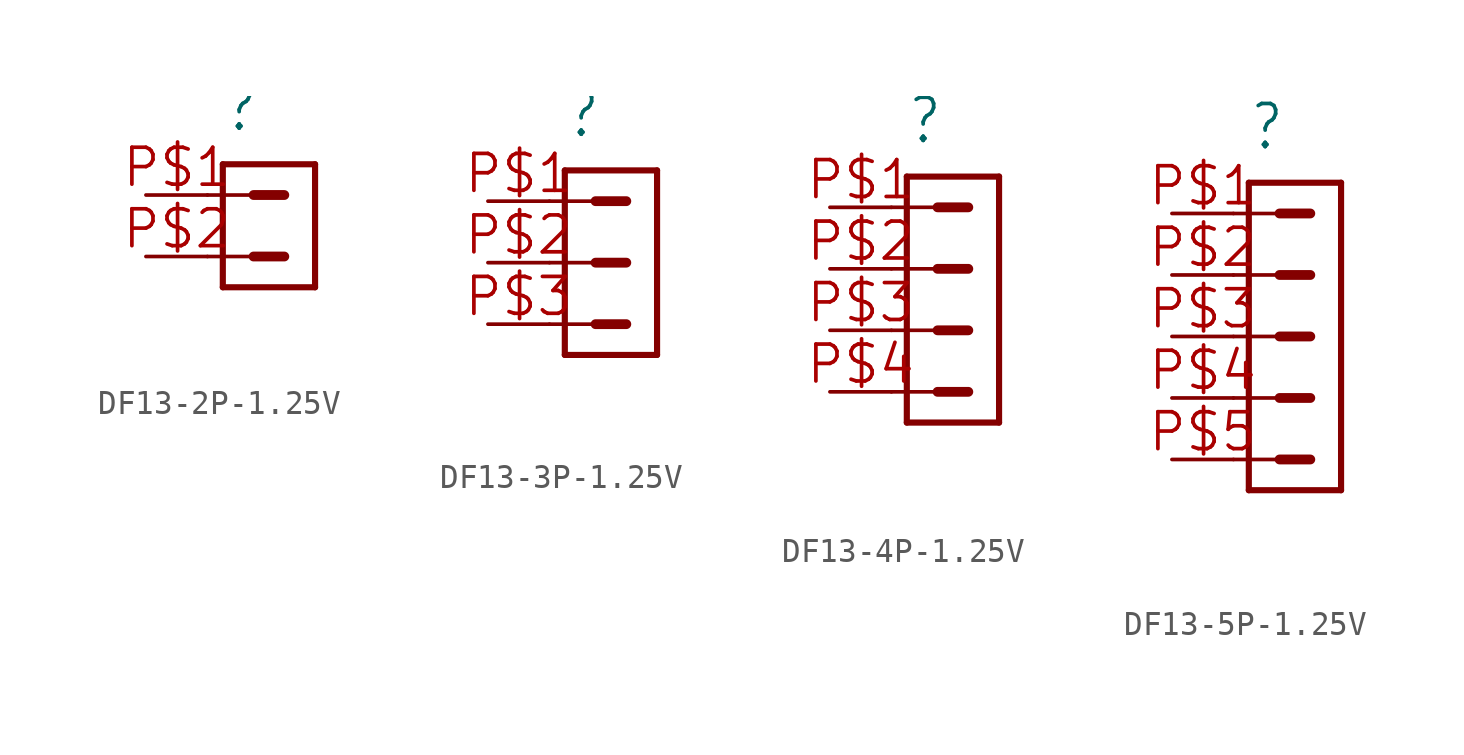
<source format=kicad_sym>
(kicad_symbol_lib
  (version 20241209)
  (generator "kicad_symbol_editor")
  (generator_version "9.0")
  (symbol "DF13-2P-1.25V"
    (property "Reference" ""
      (at -1.905 2.54 0)
      (effects (font (size 1.778 1.511)) (justify left bottom)))
    (property "Value" ""
      (at -1.905 -6.668 0)
      (effects (font (size 1.778 1.511)) (justify left bottom)))
    (property "ki_locked" ""
      (at 0 0 0)
      (effects (font (size 1.27 1.27))))
    (symbol "DF13-2P-1.25V_1_0"
      (polyline (pts (xy -2.54 0) (xy -0.635 0)) (stroke (width 0.152) (type solid)) (fill (type none)))
      (polyline (pts (xy -2.54 -2.54) (xy -0.635 -2.54)) (stroke (width 0.152) (type solid)) (fill (type none)))
      (polyline (pts (xy -1.905 -3.81) (xy -1.905 1.27)) (stroke (width 0.254) (type solid)) (fill (type none)))
      (polyline (pts (xy -1.905 -3.81) (xy 1.905 -3.81)) (stroke (width 0.254) (type solid)) (fill (type none)))
      (polyline (pts (xy -0.635 0) (xy 0.635 0)) (stroke (width 0.406) (type solid)) (fill (type none)))
      (polyline (pts (xy -0.635 -2.54) (xy 0.635 -2.54)) (stroke (width 0.406) (type solid)) (fill (type none)))
      (polyline (pts (xy 1.905 1.27) (xy -1.905 1.27)) (stroke (width 0.254) (type solid)) (fill (type none)))
      (polyline (pts (xy 1.905 1.27) (xy 1.905 -3.81)) (stroke (width 0.254) (type solid)) (fill (type none)))
      (pin passive line (at -5.08 0 0) (length 2.54) (name "1" (effects (font (size 0 0)))) (number "P$1" (effects (font (size 1.524 1.524)))))
      (pin passive line (at -5.08 -2.54 0) (length 2.54) (name "2" (effects (font (size 0 0)))) (number "P$2" (effects (font (size 1.524 1.524)))))))
  (symbol "DF13-3P-1.25V"
    (property "Reference" ""
      (at -1.905 5.08 0)
      (effects (font (size 1.778 1.511)) (justify left bottom)))
    (property "Value" ""
      (at -1.905 -6.668 0)
      (effects (font (size 1.778 1.511)) (justify left bottom)))
    (property "ki_locked" ""
      (at 0 0 0)
      (effects (font (size 1.27 1.27))))
    (symbol "DF13-3P-1.25V_1_0"
      (polyline (pts (xy -2.54 2.54) (xy -0.635 2.54)) (stroke (width 0.152) (type solid)) (fill (type none)))
      (polyline (pts (xy -2.54 0) (xy -0.635 0)) (stroke (width 0.152) (type solid)) (fill (type none)))
      (polyline (pts (xy -2.54 -2.54) (xy -0.635 -2.54)) (stroke (width 0.152) (type solid)) (fill (type none)))
      (polyline (pts (xy -1.905 -3.81) (xy -1.905 3.81)) (stroke (width 0.254) (type solid)) (fill (type none)))
      (polyline (pts (xy -1.905 -3.81) (xy 1.905 -3.81)) (stroke (width 0.254) (type solid)) (fill (type none)))
      (polyline (pts (xy -0.635 2.54) (xy 0.635 2.54)) (stroke (width 0.406) (type solid)) (fill (type none)))
      (polyline (pts (xy -0.635 0) (xy 0.635 0)) (stroke (width 0.406) (type solid)) (fill (type none)))
      (polyline (pts (xy -0.635 -2.54) (xy 0.635 -2.54)) (stroke (width 0.406) (type solid)) (fill (type none)))
      (polyline (pts (xy 1.905 3.81) (xy -1.905 3.81)) (stroke (width 0.254) (type solid)) (fill (type none)))
      (polyline (pts (xy 1.905 3.81) (xy 1.905 -3.81)) (stroke (width 0.254) (type solid)) (fill (type none)))
      (pin passive line (at -5.08 2.54 0) (length 2.54) (name "1" (effects (font (size 0 0)))) (number "P$1" (effects (font (size 1.524 1.524)))))
      (pin passive line (at -5.08 0 0) (length 2.54) (name "2" (effects (font (size 0 0)))) (number "P$2" (effects (font (size 1.524 1.524)))))
      (pin passive line (at -5.08 -2.54 0) (length 2.54) (name "3" (effects (font (size 0 0)))) (number "P$3" (effects (font (size 1.524 1.524)))))))
  (symbol "DF13-4P-1.25V"
    (property "Reference" ""
      (at -1.905 5.08 0)
      (effects (font (size 1.778 1.511)) (justify left bottom)))
    (property "Value" ""
      (at -1.905 -9.207 0)
      (effects (font (size 1.778 1.511)) (justify left bottom)))
    (property "ki_locked" ""
      (at 0 0 0)
      (effects (font (size 1.27 1.27))))
    (symbol "DF13-4P-1.25V_1_0"
      (polyline (pts (xy -2.54 2.54) (xy -0.635 2.54)) (stroke (width 0.152) (type solid)) (fill (type none)))
      (polyline (pts (xy -2.54 0) (xy -0.635 0)) (stroke (width 0.152) (type solid)) (fill (type none)))
      (polyline (pts (xy -2.54 -2.54) (xy -0.635 -2.54)) (stroke (width 0.152) (type solid)) (fill (type none)))
      (polyline (pts (xy -2.54 -5.08) (xy -0.635 -5.08)) (stroke (width 0.152) (type solid)) (fill (type none)))
      (polyline (pts (xy -1.905 -6.35) (xy -1.905 3.81)) (stroke (width 0.254) (type solid)) (fill (type none)))
      (polyline (pts (xy -1.905 -6.35) (xy 1.905 -6.35)) (stroke (width 0.254) (type solid)) (fill (type none)))
      (polyline (pts (xy -0.635 2.54) (xy 0.635 2.54)) (stroke (width 0.406) (type solid)) (fill (type none)))
      (polyline (pts (xy -0.635 0) (xy 0.635 0)) (stroke (width 0.406) (type solid)) (fill (type none)))
      (polyline (pts (xy -0.635 -2.54) (xy 0.635 -2.54)) (stroke (width 0.406) (type solid)) (fill (type none)))
      (polyline (pts (xy -0.635 -5.08) (xy 0.635 -5.08)) (stroke (width 0.406) (type solid)) (fill (type none)))
      (polyline (pts (xy 1.905 3.81) (xy -1.905 3.81)) (stroke (width 0.254) (type solid)) (fill (type none)))
      (polyline (pts (xy 1.905 3.81) (xy 1.905 -6.35)) (stroke (width 0.254) (type solid)) (fill (type none)))
      (pin passive line (at -5.08 2.54 0) (length 2.54) (name "1" (effects (font (size 0 0)))) (number "P$1" (effects (font (size 1.524 1.524)))))
      (pin passive line (at -5.08 0 0) (length 2.54) (name "2" (effects (font (size 0 0)))) (number "P$2" (effects (font (size 1.524 1.524)))))
      (pin passive line (at -5.08 -2.54 0) (length 2.54) (name "3" (effects (font (size 0 0)))) (number "P$3" (effects (font (size 1.524 1.524)))))
      (pin passive line (at -5.08 -5.08 0) (length 2.54) (name "4" (effects (font (size 0 0)))) (number "P$4" (effects (font (size 1.524 1.524)))))))
  (symbol "DF13-5P-1.25V"
    (property "Reference" ""
      (at -1.905 7.62 0)
      (effects (font (size 1.778 1.511)) (justify left bottom)))
    (property "Value" ""
      (at -1.905 -9.207 0)
      (effects (font (size 1.778 1.511)) (justify left bottom)))
    (property "ki_locked" ""
      (at 0 0 0)
      (effects (font (size 1.27 1.27))))
    (symbol "DF13-5P-1.25V_1_0"
      (polyline (pts (xy -2.54 5.08) (xy -0.635 5.08)) (stroke (width 0.152) (type solid)) (fill (type none)))
      (polyline (pts (xy -2.54 2.54) (xy -0.635 2.54)) (stroke (width 0.152) (type solid)) (fill (type none)))
      (polyline (pts (xy -2.54 0) (xy -0.635 0)) (stroke (width 0.152) (type solid)) (fill (type none)))
      (polyline (pts (xy -2.54 -2.54) (xy -0.635 -2.54)) (stroke (width 0.152) (type solid)) (fill (type none)))
      (polyline (pts (xy -2.54 -5.08) (xy -0.635 -5.08)) (stroke (width 0.152) (type solid)) (fill (type none)))
      (polyline (pts (xy -1.905 -6.35) (xy -1.905 6.35)) (stroke (width 0.254) (type solid)) (fill (type none)))
      (polyline (pts (xy -1.905 -6.35) (xy 1.905 -6.35)) (stroke (width 0.254) (type solid)) (fill (type none)))
      (polyline (pts (xy -0.635 5.08) (xy 0.635 5.08)) (stroke (width 0.406) (type solid)) (fill (type none)))
      (polyline (pts (xy -0.635 2.54) (xy 0.635 2.54)) (stroke (width 0.406) (type solid)) (fill (type none)))
      (polyline (pts (xy -0.635 0) (xy 0.635 0)) (stroke (width 0.406) (type solid)) (fill (type none)))
      (polyline (pts (xy -0.635 -2.54) (xy 0.635 -2.54)) (stroke (width 0.406) (type solid)) (fill (type none)))
      (polyline (pts (xy -0.635 -5.08) (xy 0.635 -5.08)) (stroke (width 0.406) (type solid)) (fill (type none)))
      (polyline (pts (xy 1.905 6.35) (xy -1.905 6.35)) (stroke (width 0.254) (type solid)) (fill (type none)))
      (polyline (pts (xy 1.905 6.35) (xy 1.905 -6.35)) (stroke (width 0.254) (type solid)) (fill (type none)))
      (pin passive line (at -5.08 5.08 0) (length 2.54) (name "1" (effects (font (size 0 0)))) (number "P$1" (effects (font (size 1.524 1.524)))))
      (pin passive line (at -5.08 2.54 0) (length 2.54) (name "2" (effects (font (size 0 0)))) (number "P$2" (effects (font (size 1.524 1.524)))))
      (pin passive line (at -5.08 0 0) (length 2.54) (name "3" (effects (font (size 0 0)))) (number "P$3" (effects (font (size 1.524 1.524)))))
      (pin passive line (at -5.08 -2.54 0) (length 2.54) (name "4" (effects (font (size 0 0)))) (number "P$4" (effects (font (size 1.524 1.524)))))
      (pin passive line (at -5.08 -5.08 0) (length 2.54) (name "5" (effects (font (size 0 0)))) (number "P$5" (effects (font (size 1.524 1.524))))))))
</source>
